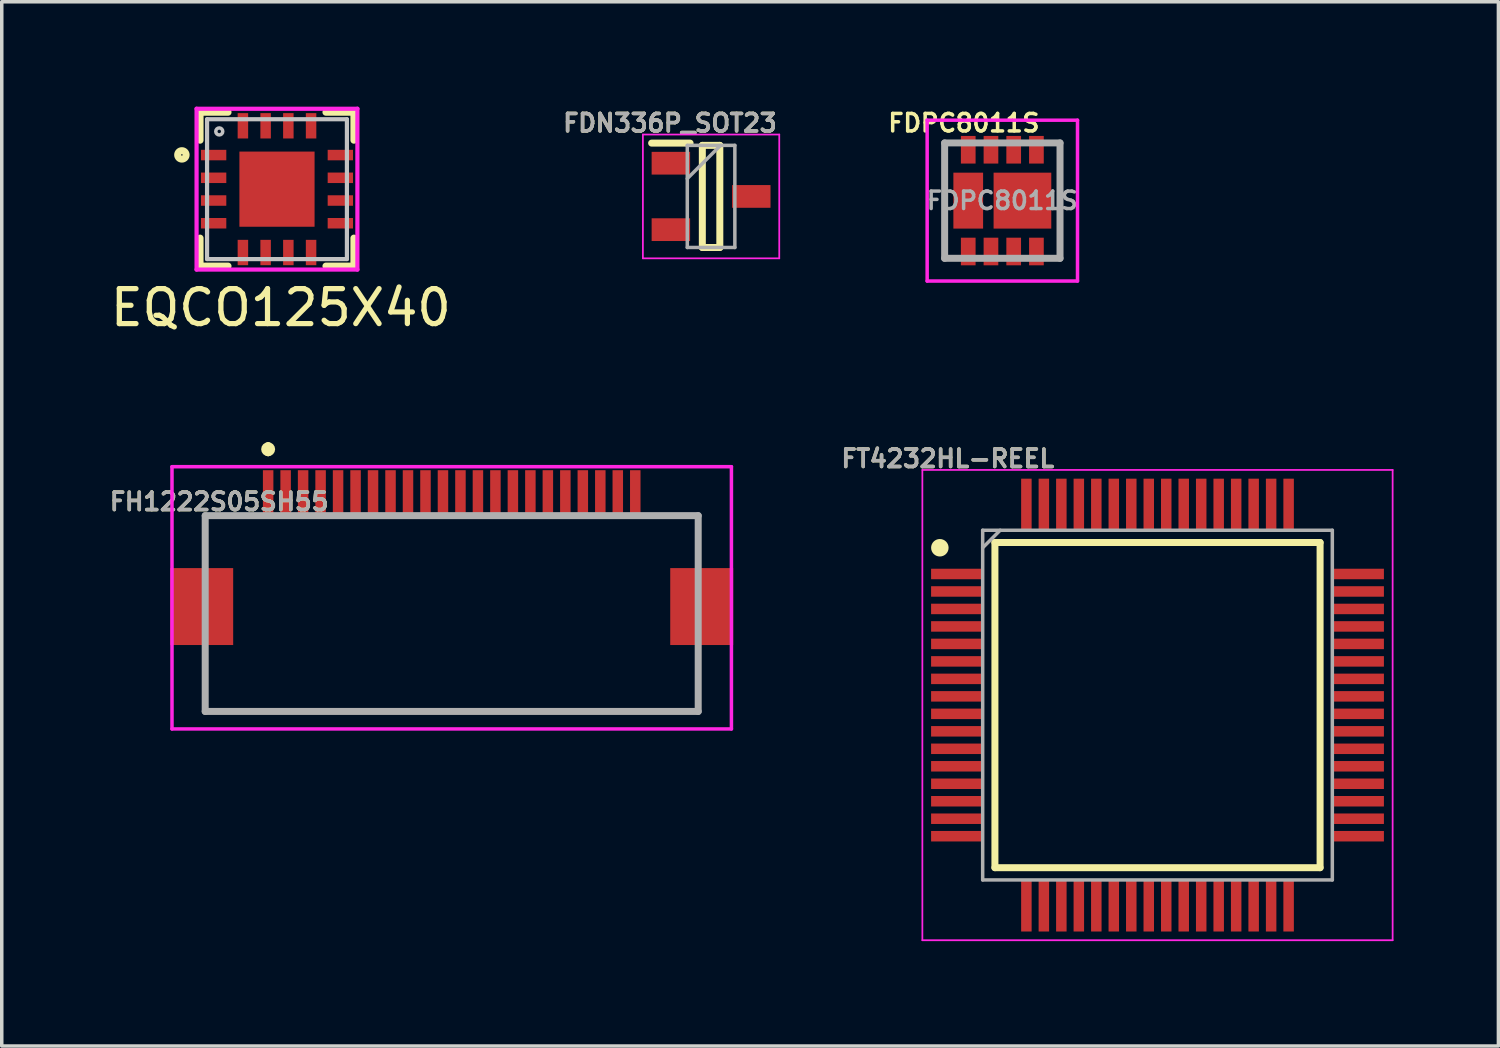
<source format=kicad_pcb>
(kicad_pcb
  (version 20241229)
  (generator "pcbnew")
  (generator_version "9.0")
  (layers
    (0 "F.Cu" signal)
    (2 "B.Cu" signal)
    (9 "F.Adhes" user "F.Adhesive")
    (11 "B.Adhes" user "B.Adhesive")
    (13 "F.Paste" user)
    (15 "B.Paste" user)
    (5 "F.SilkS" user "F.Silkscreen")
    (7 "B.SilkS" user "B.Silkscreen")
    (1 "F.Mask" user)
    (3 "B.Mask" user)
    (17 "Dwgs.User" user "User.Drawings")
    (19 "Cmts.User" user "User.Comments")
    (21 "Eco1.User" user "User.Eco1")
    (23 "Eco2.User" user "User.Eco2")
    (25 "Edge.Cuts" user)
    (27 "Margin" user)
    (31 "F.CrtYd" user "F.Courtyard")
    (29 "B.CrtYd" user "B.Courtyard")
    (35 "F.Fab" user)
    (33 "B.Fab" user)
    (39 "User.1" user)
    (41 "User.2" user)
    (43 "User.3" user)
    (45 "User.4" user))
  (footprint "FT4232HL-REEL"
    (layer "F.Cu")
    (at 30.055 17.116)
    (property "Reference" "FT4232HL-REEL" (at -6 -7.05 0) (layer "F.SilkS") (effects (font (size 0.5 0.5) (thickness 0.1))))
    (attr smd)
    (fp_line (start -4.65 -4.65) (end 4.65 -4.65) (stroke (width 0.2) (type solid)) (layer "F.SilkS"))
    (fp_line (start -4.65 4.65) (end -4.65 -4.65) (stroke (width 0.2) (type solid)) (layer "F.SilkS"))
    (fp_line (start 4.65 -4.65) (end 4.65 4.65) (stroke (width 0.2) (type solid)) (layer "F.SilkS"))
    (fp_line (start 4.65 4.65) (end -4.65 4.65) (stroke (width 0.2) (type solid)) (layer "F.SilkS"))
    (fp_circle (center -6.225 -4.5) (end -6.225 -4.375) (stroke (width 0.25) (type solid)) (fill no) (layer "F.SilkS"))
    (fp_line (start -6.725 -6.725) (end 6.725 -6.725) (stroke (width 0.05) (type solid)) (layer "F.CrtYd"))
    (fp_line (start -6.725 6.725) (end -6.725 -6.725) (stroke (width 0.05) (type solid)) (layer "F.CrtYd"))
    (fp_line (start 6.725 -6.725) (end 6.725 6.725) (stroke (width 0.05) (type solid)) (layer "F.CrtYd"))
    (fp_line (start 6.725 6.725) (end -6.725 6.725) (stroke (width 0.05) (type solid)) (layer "F.CrtYd"))
    (fp_line (start -5 -5) (end 5 -5) (stroke (width 0.1) (type solid)) (layer "F.Fab"))
    (fp_line (start -5 -4.5) (end -4.5 -5) (stroke (width 0.1) (type solid)) (layer "F.Fab"))
    (fp_line (start -5 5) (end -5 -5) (stroke (width 0.1) (type solid)) (layer "F.Fab"))
    (fp_line (start 5 -5) (end 5 5) (stroke (width 0.1) (type solid)) (layer "F.Fab"))
    (fp_line (start 5 5) (end -5 5) (stroke (width 0.1) (type solid)) (layer "F.Fab"))
    (fp_text user "${REFERENCE}" (at -6 -7.05 0) (layer "F.Fab") (effects (font (size 0.5 0.5) (thickness 0.1))))
    (pad "1" smd rect (at -5.738 -3.75 90) (size 0.3 1.475) (layers "F.Cu" "F.Mask" "F.Paste"))
    (pad "2" smd rect (at -5.738 -3.25 90) (size 0.3 1.475) (layers "F.Cu" "F.Mask" "F.Paste"))
    (pad "3" smd rect (at -5.738 -2.75 90) (size 0.3 1.475) (layers "F.Cu" "F.Mask" "F.Paste"))
    (pad "4" smd rect (at -5.738 -2.25 90) (size 0.3 1.475) (layers "F.Cu" "F.Mask" "F.Paste"))
    (pad "5" smd rect (at -5.738 -1.75 90) (size 0.3 1.475) (layers "F.Cu" "F.Mask" "F.Paste"))
    (pad "6" smd rect (at -5.738 -1.25 90) (size 0.3 1.475) (layers "F.Cu" "F.Mask" "F.Paste"))
    (pad "7" smd rect (at -5.738 -0.75 90) (size 0.3 1.475) (layers "F.Cu" "F.Mask" "F.Paste"))
    (pad "8" smd rect (at -5.738 -0.25 90) (size 0.3 1.475) (layers "F.Cu" "F.Mask" "F.Paste"))
    (pad "9" smd rect (at -5.738 0.25 90) (size 0.3 1.475) (layers "F.Cu" "F.Mask" "F.Paste"))
    (pad "10" smd rect (at -5.738 0.75 90) (size 0.3 1.475) (layers "F.Cu" "F.Mask" "F.Paste"))
    (pad "11" smd rect (at -5.738 1.25 90) (size 0.3 1.475) (layers "F.Cu" "F.Mask" "F.Paste"))
    (pad "12" smd rect (at -5.738 1.75 90) (size 0.3 1.475) (layers "F.Cu" "F.Mask" "F.Paste"))
    (pad "13" smd rect (at -5.738 2.25 90) (size 0.3 1.475) (layers "F.Cu" "F.Mask" "F.Paste"))
    (pad "14" smd rect (at -5.738 2.75 90) (size 0.3 1.475) (layers "F.Cu" "F.Mask" "F.Paste"))
    (pad "15" smd rect (at -5.738 3.25 90) (size 0.3 1.475) (layers "F.Cu" "F.Mask" "F.Paste"))
    (pad "16" smd rect (at -5.738 3.75 90) (size 0.3 1.475) (layers "F.Cu" "F.Mask" "F.Paste"))
    (pad "17" smd rect (at -3.75 5.738) (size 0.3 1.475) (layers "F.Cu" "F.Mask" "F.Paste"))
    (pad "18" smd rect (at -3.25 5.738) (size 0.3 1.475) (layers "F.Cu" "F.Mask" "F.Paste"))
    (pad "19" smd rect (at -2.75 5.738) (size 0.3 1.475) (layers "F.Cu" "F.Mask" "F.Paste"))
    (pad "20" smd rect (at -2.25 5.738) (size 0.3 1.475) (layers "F.Cu" "F.Mask" "F.Paste"))
    (pad "21" smd rect (at -1.75 5.738) (size 0.3 1.475) (layers "F.Cu" "F.Mask" "F.Paste"))
    (pad "22" smd rect (at -1.25 5.738) (size 0.3 1.475) (layers "F.Cu" "F.Mask" "F.Paste"))
    (pad "23" smd rect (at -0.75 5.738) (size 0.3 1.475) (layers "F.Cu" "F.Mask" "F.Paste"))
    (pad "24" smd rect (at -0.25 5.738) (size 0.3 1.475) (layers "F.Cu" "F.Mask" "F.Paste"))
    (pad "25" smd rect (at 0.25 5.738) (size 0.3 1.475) (layers "F.Cu" "F.Mask" "F.Paste"))
    (pad "26" smd rect (at 0.75 5.738) (size 0.3 1.475) (layers "F.Cu" "F.Mask" "F.Paste"))
    (pad "27" smd rect (at 1.25 5.738) (size 0.3 1.475) (layers "F.Cu" "F.Mask" "F.Paste"))
    (pad "28" smd rect (at 1.75 5.738) (size 0.3 1.475) (layers "F.Cu" "F.Mask" "F.Paste"))
    (pad "29" smd rect (at 2.25 5.738) (size 0.3 1.475) (layers "F.Cu" "F.Mask" "F.Paste"))
    (pad "30" smd rect (at 2.75 5.738) (size 0.3 1.475) (layers "F.Cu" "F.Mask" "F.Paste"))
    (pad "31" smd rect (at 3.25 5.738) (size 0.3 1.475) (layers "F.Cu" "F.Mask" "F.Paste"))
    (pad "32" smd rect (at 3.75 5.738) (size 0.3 1.475) (layers "F.Cu" "F.Mask" "F.Paste"))
    (pad "33" smd rect (at 5.738 3.75 90) (size 0.3 1.475) (layers "F.Cu" "F.Mask" "F.Paste"))
    (pad "34" smd rect (at 5.738 3.25 90) (size 0.3 1.475) (layers "F.Cu" "F.Mask" "F.Paste"))
    (pad "35" smd rect (at 5.738 2.75 90) (size 0.3 1.475) (layers "F.Cu" "F.Mask" "F.Paste"))
    (pad "36" smd rect (at 5.738 2.25 90) (size 0.3 1.475) (layers "F.Cu" "F.Mask" "F.Paste"))
    (pad "37" smd rect (at 5.738 1.75 90) (size 0.3 1.475) (layers "F.Cu" "F.Mask" "F.Paste"))
    (pad "38" smd rect (at 5.738 1.25 90) (size 0.3 1.475) (layers "F.Cu" "F.Mask" "F.Paste"))
    (pad "39" smd rect (at 5.738 0.75 90) (size 0.3 1.475) (layers "F.Cu" "F.Mask" "F.Paste"))
    (pad "40" smd rect (at 5.738 0.25 90) (size 0.3 1.475) (layers "F.Cu" "F.Mask" "F.Paste"))
    (pad "41" smd rect (at 5.738 -0.25 90) (size 0.3 1.475) (layers "F.Cu" "F.Mask" "F.Paste"))
    (pad "42" smd rect (at 5.738 -0.75 90) (size 0.3 1.475) (layers "F.Cu" "F.Mask" "F.Paste"))
    (pad "43" smd rect (at 5.738 -1.25 90) (size 0.3 1.475) (layers "F.Cu" "F.Mask" "F.Paste"))
    (pad "44" smd rect (at 5.738 -1.75 90) (size 0.3 1.475) (layers "F.Cu" "F.Mask" "F.Paste"))
    (pad "45" smd rect (at 5.738 -2.25 90) (size 0.3 1.475) (layers "F.Cu" "F.Mask" "F.Paste"))
    (pad "46" smd rect (at 5.738 -2.75 90) (size 0.3 1.475) (layers "F.Cu" "F.Mask" "F.Paste"))
    (pad "47" smd rect (at 5.738 -3.25 90) (size 0.3 1.475) (layers "F.Cu" "F.Mask" "F.Paste"))
    (pad "48" smd rect (at 5.738 -3.75 90) (size 0.3 1.475) (layers "F.Cu" "F.Mask" "F.Paste"))
    (pad "49" smd rect (at 3.75 -5.738) (size 0.3 1.475) (layers "F.Cu" "F.Mask" "F.Paste"))
    (pad "50" smd rect (at 3.25 -5.738) (size 0.3 1.475) (layers "F.Cu" "F.Mask" "F.Paste"))
    (pad "51" smd rect (at 2.75 -5.738) (size 0.3 1.475) (layers "F.Cu" "F.Mask" "F.Paste"))
    (pad "52" smd rect (at 2.25 -5.738) (size 0.3 1.475) (layers "F.Cu" "F.Mask" "F.Paste"))
    (pad "53" smd rect (at 1.75 -5.738) (size 0.3 1.475) (layers "F.Cu" "F.Mask" "F.Paste"))
    (pad "54" smd rect (at 1.25 -5.738) (size 0.3 1.475) (layers "F.Cu" "F.Mask" "F.Paste"))
    (pad "55" smd rect (at 0.75 -5.738) (size 0.3 1.475) (layers "F.Cu" "F.Mask" "F.Paste"))
    (pad "56" smd rect (at 0.25 -5.738) (size 0.3 1.475) (layers "F.Cu" "F.Mask" "F.Paste"))
    (pad "57" smd rect (at -0.25 -5.738) (size 0.3 1.475) (layers "F.Cu" "F.Mask" "F.Paste"))
    (pad "58" smd rect (at -0.75 -5.738) (size 0.3 1.475) (layers "F.Cu" "F.Mask" "F.Paste"))
    (pad "59" smd rect (at -1.25 -5.738) (size 0.3 1.475) (layers "F.Cu" "F.Mask" "F.Paste"))
    (pad "60" smd rect (at -1.75 -5.738) (size 0.3 1.475) (layers "F.Cu" "F.Mask" "F.Paste"))
    (pad "61" smd rect (at -2.25 -5.738) (size 0.3 1.475) (layers "F.Cu" "F.Mask" "F.Paste"))
    (pad "62" smd rect (at -2.75 -5.738) (size 0.3 1.475) (layers "F.Cu" "F.Mask" "F.Paste"))
    (pad "63" smd rect (at -3.25 -5.738) (size 0.3 1.475) (layers "F.Cu" "F.Mask" "F.Paste"))
    (pad "64" smd rect (at -3.75 -5.738) (size 0.3 1.475) (layers "F.Cu" "F.Mask" "F.Paste")))
  (footprint "FDN336P_SOT23"
    (layer "F.Cu")
    (at 17.287 2.568)
    (property "Reference" "FDN336P_SOT23" (at -1.175 -2.1 0) (layer "F.SilkS") (effects (font (size 0.5 0.5) (thickness 0.1))))
    (attr smd)
    (fp_line (start -1.7 -1.525) (end -0.6 -1.525) (stroke (width 0.2) (type solid)) (layer "F.SilkS"))
    (fp_line (start -0.25 -1.46) (end 0.25 -1.46) (stroke (width 0.2) (type solid)) (layer "F.SilkS"))
    (fp_line (start -0.25 1.46) (end -0.25 -1.46) (stroke (width 0.2) (type solid)) (layer "F.SilkS"))
    (fp_line (start 0.25 -1.46) (end 0.25 1.46) (stroke (width 0.2) (type solid)) (layer "F.SilkS"))
    (fp_line (start 0.25 1.46) (end -0.25 1.46) (stroke (width 0.2) (type solid)) (layer "F.SilkS"))
    (fp_line (start -1.95 -1.77) (end 1.95 -1.77) (stroke (width 0.05) (type solid)) (layer "F.CrtYd"))
    (fp_line (start -1.95 1.77) (end -1.95 -1.77) (stroke (width 0.05) (type solid)) (layer "F.CrtYd"))
    (fp_line (start 1.95 -1.77) (end 1.95 1.77) (stroke (width 0.05) (type solid)) (layer "F.CrtYd"))
    (fp_line (start 1.95 1.77) (end -1.95 1.77) (stroke (width 0.05) (type solid)) (layer "F.CrtYd"))
    (fp_line (start -0.68 -1.46) (end 0.68 -1.46) (stroke (width 0.1) (type solid)) (layer "F.Fab"))
    (fp_line (start -0.68 -0.51) (end 0.27 -1.46) (stroke (width 0.1) (type solid)) (layer "F.Fab"))
    (fp_line (start -0.68 1.46) (end -0.68 -1.46) (stroke (width 0.1) (type solid)) (layer "F.Fab"))
    (fp_line (start 0.68 -1.46) (end 0.68 1.46) (stroke (width 0.1) (type solid)) (layer "F.Fab"))
    (fp_line (start 0.68 1.46) (end -0.68 1.46) (stroke (width 0.1) (type solid)) (layer "F.Fab"))
    (fp_text user "${REFERENCE}" (at -1.175 -2.1 0) (layer "F.Fab") (effects (font (size 0.5 0.5) (thickness 0.1))))
    (pad "1" smd rect (at -1.15 -0.95 90) (size 0.65 1.1) (layers "F.Cu" "F.Mask" "F.Paste"))
    (pad "2" smd rect (at -1.15 0.95 90) (size 0.65 1.1) (layers "F.Cu" "F.Mask" "F.Paste"))
    (pad "3" smd rect (at 1.15 0 90) (size 0.65 1.1) (layers "F.Cu" "F.Mask" "F.Paste")))
  (footprint "FH1222S05SH55"
    (layer "F.Cu")
    (at 9.869 14.298)
    (property "Reference" "FH1222S05SH55" (at -6.65 -3 0) (layer "F.SilkS") (effects (font (size 0.5 0.5) (thickness 0.1))))
    (attr smd)
    (fp_line (start -7.05 -2.6) (end -7.05 -1.4) (stroke (width 0.1) (type solid)) (layer "F.SilkS"))
    (fp_line (start -7.05 1.4) (end -7.05 3) (stroke (width 0.1) (type solid)) (layer "F.SilkS"))
    (fp_line (start -7.05 3) (end 7.05 3) (stroke (width 0.1) (type solid)) (layer "F.SilkS"))
    (fp_line (start -5.85 -2.6) (end -7.05 -2.6) (stroke (width 0.1) (type solid)) (layer "F.SilkS"))
    (fp_line (start -5.25 -4.6) (end -5.25 -4.6) (stroke (width 0.2) (type solid)) (layer "F.SilkS"))
    (fp_line (start -5.25 -4.4) (end -5.25 -4.4) (stroke (width 0.2) (type solid)) (layer "F.SilkS"))
    (fp_line (start 5.75 -2.6) (end 7.05 -2.6) (stroke (width 0.1) (type solid)) (layer "F.SilkS"))
    (fp_line (start 7.05 -2.6) (end 7.05 -1.4) (stroke (width 0.1) (type solid)) (layer "F.SilkS"))
    (fp_line (start 7.05 3) (end 7.05 1.4) (stroke (width 0.1) (type solid)) (layer "F.SilkS"))
    (fp_arc (start -5.25 -4.6) (mid -5.15 -4.5) (end -5.25 -4.4) (stroke (width 0.2) (type solid)) (layer "F.SilkS"))
    (fp_arc (start -5.25 -4.4) (mid -5.35 -4.5) (end -5.25 -4.6) (stroke (width 0.2) (type solid)) (layer "F.SilkS"))
    (fp_line (start -8 -4) (end 8 -4) (stroke (width 0.1) (type solid)) (layer "F.CrtYd"))
    (fp_line (start -8 3.5) (end -8 -4) (stroke (width 0.1) (type solid)) (layer "F.CrtYd"))
    (fp_line (start 8 -4) (end 8 3.5) (stroke (width 0.1) (type solid)) (layer "F.CrtYd"))
    (fp_line (start 8 3.5) (end -8 3.5) (stroke (width 0.1) (type solid)) (layer "F.CrtYd"))
    (fp_line (start -7.05 -2.6) (end 7.05 -2.6) (stroke (width 0.2) (type solid)) (layer "F.Fab"))
    (fp_line (start -7.05 3) (end -7.05 -2.6) (stroke (width 0.2) (type solid)) (layer "F.Fab"))
    (fp_line (start 7.05 -2.6) (end 7.05 3) (stroke (width 0.2) (type solid)) (layer "F.Fab"))
    (fp_line (start 7.05 3) (end -7.05 3) (stroke (width 0.2) (type solid)) (layer "F.Fab"))
    (fp_text user "${REFERENCE}" (at -6.65 -3 0) (layer "F.Fab") (effects (font (size 0.5 0.5) (thickness 0.1))))
    (pad "1" smd rect (at -5.25 -3.25) (size 0.3 1.3) (layers "F.Cu" "F.Mask" "F.Paste"))
    (pad "2" smd rect (at -4.75 -3.25) (size 0.3 1.3) (layers "F.Cu" "F.Mask" "F.Paste"))
    (pad "3" smd rect (at -4.25 -3.25) (size 0.3 1.3) (layers "F.Cu" "F.Mask" "F.Paste"))
    (pad "4" smd rect (at -3.75 -3.25) (size 0.3 1.3) (layers "F.Cu" "F.Mask" "F.Paste"))
    (pad "5" smd rect (at -3.25 -3.25) (size 0.3 1.3) (layers "F.Cu" "F.Mask" "F.Paste"))
    (pad "6" smd rect (at -2.75 -3.25) (size 0.3 1.3) (layers "F.Cu" "F.Mask" "F.Paste"))
    (pad "7" smd rect (at -2.25 -3.25) (size 0.3 1.3) (layers "F.Cu" "F.Mask" "F.Paste"))
    (pad "8" smd rect (at -1.75 -3.25) (size 0.3 1.3) (layers "F.Cu" "F.Mask" "F.Paste"))
    (pad "9" smd rect (at -1.25 -3.25) (size 0.3 1.3) (layers "F.Cu" "F.Mask" "F.Paste"))
    (pad "10" smd rect (at -0.75 -3.25) (size 0.3 1.3) (layers "F.Cu" "F.Mask" "F.Paste"))
    (pad "11" smd rect (at -0.25 -3.25) (size 0.3 1.3) (layers "F.Cu" "F.Mask" "F.Paste"))
    (pad "12" smd rect (at 0.25 -3.25) (size 0.3 1.3) (layers "F.Cu" "F.Mask" "F.Paste"))
    (pad "13" smd rect (at 0.75 -3.25) (size 0.3 1.3) (layers "F.Cu" "F.Mask" "F.Paste"))
    (pad "14" smd rect (at 1.25 -3.25) (size 0.3 1.3) (layers "F.Cu" "F.Mask" "F.Paste"))
    (pad "15" smd rect (at 1.75 -3.25) (size 0.3 1.3) (layers "F.Cu" "F.Mask" "F.Paste"))
    (pad "16" smd rect (at 2.25 -3.25) (size 0.3 1.3) (layers "F.Cu" "F.Mask" "F.Paste"))
    (pad "17" smd rect (at 2.75 -3.25) (size 0.3 1.3) (layers "F.Cu" "F.Mask" "F.Paste"))
    (pad "18" smd rect (at 3.25 -3.25) (size 0.3 1.3) (layers "F.Cu" "F.Mask" "F.Paste"))
    (pad "19" smd rect (at 3.75 -3.25) (size 0.3 1.3) (layers "F.Cu" "F.Mask" "F.Paste"))
    (pad "20" smd rect (at 4.25 -3.25) (size 0.3 1.3) (layers "F.Cu" "F.Mask" "F.Paste"))
    (pad "21" smd rect (at 4.75 -3.25) (size 0.3 1.3) (layers "F.Cu" "F.Mask" "F.Paste"))
    (pad "22" smd rect (at 5.25 -3.25) (size 0.3 1.3) (layers "F.Cu" "F.Mask" "F.Paste"))
    (pad "MP1" smd rect (at -7.15 0) (size 1.8 2.2) (layers "F.Cu" "F.Mask" "F.Paste"))
    (pad "MP2" smd rect (at 7.15 0) (size 1.8 2.2) (layers "F.Cu" "F.Mask" "F.Paste")))
  (footprint "EQCO125X40"
    (layer "F.Cu")
    (at 4.872 2.36)
    (property "Reference" "EQCO125X40" (at 0.11 3.39 0) (layer "F.SilkS") (effects (font (size 1 1) (thickness 0.15))))
    (attr smd)
    (fp_line (start -2.2 -2.2) (end -1.4 -2.2) (stroke (width 0.2) (type solid)) (layer "F.SilkS"))
    (fp_line (start -2.2 -1.4) (end -2.2 -2.2) (stroke (width 0.2) (type solid)) (layer "F.SilkS"))
    (fp_line (start -2.2 1.4) (end -2.2 2.2) (stroke (width 0.2) (type solid)) (layer "F.SilkS"))
    (fp_line (start -2.2 2.2) (end -1.4 2.2) (stroke (width 0.2) (type solid)) (layer "F.SilkS"))
    (fp_line (start 1.4 -2.2) (end 2.2 -2.2) (stroke (width 0.2) (type solid)) (layer "F.SilkS"))
    (fp_line (start 2.2 -2.2) (end 2.2 -1.4) (stroke (width 0.2) (type solid)) (layer "F.SilkS"))
    (fp_line (start 2.2 1.4) (end 2.2 2.2) (stroke (width 0.2) (type solid)) (layer "F.SilkS"))
    (fp_line (start 2.2 2.2) (end 1.4 2.2) (stroke (width 0.2) (type solid)) (layer "F.SilkS"))
    (fp_circle (center -2.72 -0.98) (end -2.599 -0.98) (stroke (width 0.2) (type solid)) (fill no) (layer "F.SilkS"))
    (fp_line (start -2 -2) (end 2 -2) (stroke (width 0.12) (type solid)) (layer "Dwgs.User"))
    (fp_line (start -2 2) (end -2 -2) (stroke (width 0.12) (type solid)) (layer "Dwgs.User"))
    (fp_line (start 2 -2) (end 2 2) (stroke (width 0.12) (type solid)) (layer "Dwgs.User"))
    (fp_line (start 2 2) (end -2 2) (stroke (width 0.12) (type solid)) (layer "Dwgs.User"))
    (fp_circle (center -1.651 -1.651) (end -1.551 -1.651) (stroke (width 0.1) (type solid)) (fill no) (layer "Dwgs.User"))
    (fp_line (start -2.3 -2.3) (end 2.3 -2.3) (stroke (width 0.12) (type solid)) (layer "F.CrtYd"))
    (fp_line (start -2.3 2.3) (end -2.3 -2.3) (stroke (width 0.12) (type solid)) (layer "F.CrtYd"))
    (fp_line (start -2.3 2.3) (end 2.3 2.3) (stroke (width 0.12) (type solid)) (layer "F.CrtYd"))
    (fp_line (start 2.3 2.3) (end 2.3 -2.3) (stroke (width 0.12) (type solid)) (layer "F.CrtYd"))
    (pad "1" smd rect (at -1.812 -0.975) (size 0.725 0.3) (layers "F.Cu" "F.Mask" "F.Paste"))
    (pad "2" smd rect (at -1.812 -0.325 180) (size 0.725 0.3) (layers "F.Cu" "F.Mask" "F.Paste"))
    (pad "3" smd rect (at -1.812 0.325 180) (size 0.725 0.3) (layers "F.Cu" "F.Mask" "F.Paste"))
    (pad "4" smd rect (at -1.812 0.975 180) (size 0.725 0.3) (layers "F.Cu" "F.Mask" "F.Paste"))
    (pad "5" smd rect (at -0.975 1.812 270) (size 0.725 0.3) (layers "F.Cu" "F.Mask" "F.Paste"))
    (pad "6" smd rect (at -0.325 1.812 270) (size 0.725 0.3) (layers "F.Cu" "F.Mask" "F.Paste"))
    (pad "7" smd rect (at 0.325 1.812 270) (size 0.725 0.3) (layers "F.Cu" "F.Mask" "F.Paste"))
    (pad "8" smd rect (at 0.975 1.812 270) (size 0.725 0.3) (layers "F.Cu" "F.Mask" "F.Paste"))
    (pad "9" smd rect (at 1.812 0.975) (size 0.725 0.3) (layers "F.Cu" "F.Mask" "F.Paste"))
    (pad "10" smd rect (at 1.812 0.325) (size 0.725 0.3) (layers "F.Cu" "F.Mask" "F.Paste"))
    (pad "11" smd rect (at 1.812 -0.325) (size 0.725 0.3) (layers "F.Cu" "F.Mask" "F.Paste"))
    (pad "12" smd rect (at 1.812 -0.975) (size 0.725 0.3) (layers "F.Cu" "F.Mask" "F.Paste"))
    (pad "13" smd rect (at 0.975 -1.812 90) (size 0.725 0.3) (layers "F.Cu" "F.Mask" "F.Paste"))
    (pad "14" smd rect (at 0.325 -1.812 90) (size 0.725 0.3) (layers "F.Cu" "F.Mask" "F.Paste"))
    (pad "15" smd rect (at -0.325 -1.812 90) (size 0.725 0.3) (layers "F.Cu" "F.Mask" "F.Paste"))
    (pad "16" smd rect (at -0.975 -1.812 90) (size 0.725 0.3) (layers "F.Cu" "F.Mask" "F.Paste"))
    (pad "17" smd rect (at 0 0) (size 2.15 2.15) (layers "F.Cu" "F.Mask" "F.Paste")))
  (footprint "FDPC8011S"
    (layer "F.Cu")
    (at 25.617 2.688)
    (property "Reference" "FDPC8011S" (at -1.1 -2.22 0) (layer "F.SilkS") (effects (font (size 0.5 0.5) (thickness 0.1))))
    (attr smd)
    (fp_line (start -1.65 -1.65) (end -1.65 1.65) (stroke (width 0.1) (type solid)) (layer "F.SilkS"))
    (fp_line (start -1.65 1.65) (end -1.4 1.65) (stroke (width 0.1) (type solid)) (layer "F.SilkS"))
    (fp_line (start -1.4 -1.65) (end -1.65 -1.65) (stroke (width 0.1) (type solid)) (layer "F.SilkS"))
    (fp_line (start 1.4 -1.65) (end 1.65 -1.65) (stroke (width 0.1) (type solid)) (layer "F.SilkS"))
    (fp_line (start 1.65 -1.65) (end 1.65 1.65) (stroke (width 0.1) (type solid)) (layer "F.SilkS"))
    (fp_line (start 1.65 1.65) (end 1.4 1.65) (stroke (width 0.1) (type solid)) (layer "F.SilkS"))
    (fp_line (start -2.15 -2.3) (end 2.15 -2.3) (stroke (width 0.1) (type solid)) (layer "F.CrtYd"))
    (fp_line (start -2.15 2.3) (end -2.15 -2.3) (stroke (width 0.1) (type solid)) (layer "F.CrtYd"))
    (fp_line (start 2.15 -2.3) (end 2.15 2.3) (stroke (width 0.1) (type solid)) (layer "F.CrtYd"))
    (fp_line (start 2.15 2.3) (end -2.15 2.3) (stroke (width 0.1) (type solid)) (layer "F.CrtYd"))
    (fp_line (start -1.65 -1.65) (end 1.65 -1.65) (stroke (width 0.2) (type solid)) (layer "F.Fab"))
    (fp_line (start -1.65 1.65) (end -1.65 -1.65) (stroke (width 0.2) (type solid)) (layer "F.Fab"))
    (fp_line (start 1.65 -1.65) (end 1.65 1.65) (stroke (width 0.2) (type solid)) (layer "F.Fab"))
    (fp_line (start 1.65 1.65) (end -1.65 1.65) (stroke (width 0.2) (type solid)) (layer "F.Fab"))
    (fp_text user "${REFERENCE}" (at 0 0 0) (layer "F.Fab") (effects (font (size 0.5 0.5) (thickness 0.1))))
    (pad "1" smd rect (at -0.975 1.455) (size 0.42 0.79) (layers "F.Cu" "F.Mask" "F.Paste"))
    (pad "2" smd rect (at -0.325 1.455) (size 0.42 0.79) (layers "F.Cu" "F.Mask" "F.Paste"))
    (pad "3" smd rect (at 0.325 1.455) (size 0.42 0.79) (layers "F.Cu" "F.Mask" "F.Paste"))
    (pad "4" smd rect (at 0.975 1.455) (size 0.42 0.79) (layers "F.Cu" "F.Mask" "F.Paste"))
    (pad "5" smd rect (at 0.975 -1.455) (size 0.42 0.79) (layers "F.Cu" "F.Mask" "F.Paste"))
    (pad "6" smd rect (at 0.325 -1.455) (size 0.42 0.79) (layers "F.Cu" "F.Mask" "F.Paste"))
    (pad "7" smd rect (at -0.325 -1.455) (size 0.42 0.79) (layers "F.Cu" "F.Mask" "F.Paste"))
    (pad "8" smd rect (at -0.975 -1.455) (size 0.42 0.79) (layers "F.Cu" "F.Mask" "F.Paste"))
    (pad "9" smd rect (at -0.975 0) (size 0.85 1.6) (layers "F.Cu" "F.Mask" "F.Paste"))
    (pad "10" smd rect (at 0.575 0 90) (size 1.6 1.65) (layers "F.Cu" "F.Mask" "F.Paste")))
  (gr_rect
    (start -3 -3)
    (end 39.805 26.866)
    (stroke (width 0.1) (type default))
    (fill no)
    (layer "Edge.Cuts")))
</source>
